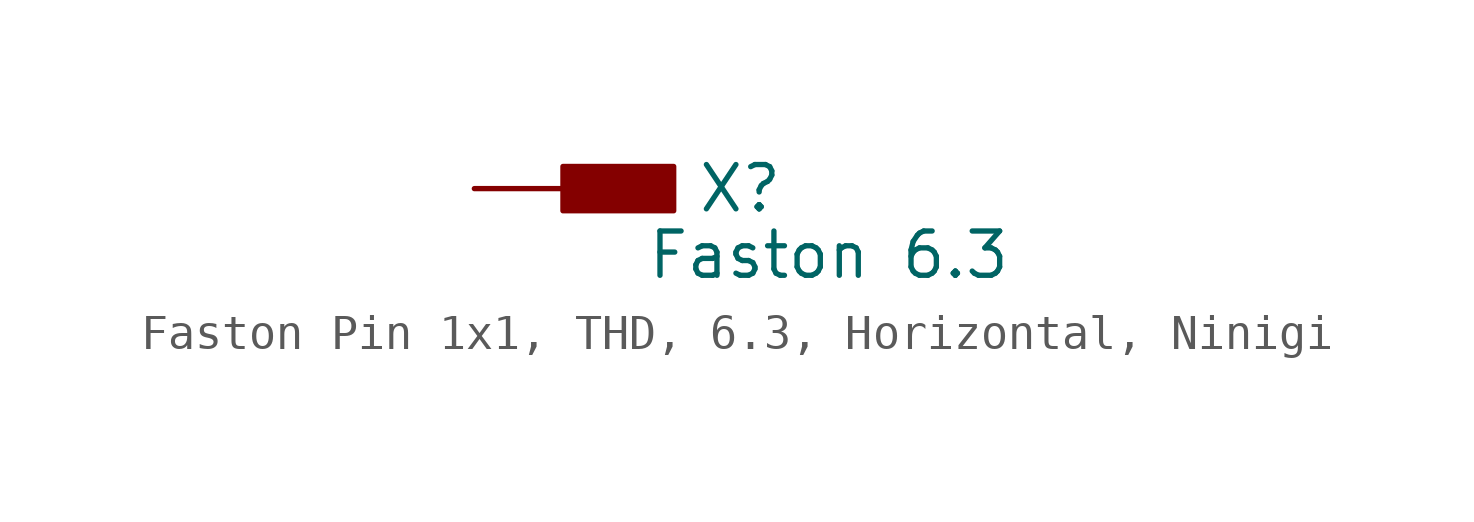
<source format=kicad_sym>
(kicad_symbol_lib
  (version 20241209)
  (generator "kicad_symbol_editor")
  (generator_version "9.0")
  (symbol "Faston Pin 1x1, THD, 6.3, Horizontal, Ninigi"
    (pin_numbers
      (hide yes))
    (pin_names
      (offset 0)
      (hide yes))
    (property "Reference" "X"
      (at 5.08 0 0)
      (effects (font (size 1.27 1.27))))
    (property "Value" "Faston 6.3"
      (at 7.62 -1.905 0)
      (effects (font (size 1.27 1.27))))
    (property "Label" ""
      (at 0 0 0)
      (effects (font (size 1.27 1.27) (thickness 0.254) (bold yes))))
    (symbol "Faston Pin 1x1, THD, 6.3, Horizontal, Ninigi_1_1"
      (rectangle (start 0 0.635) (end 3.175 -0.635) (stroke (width 0.152) (type default)) (fill (type outline)))
      (pin passive line (at -2.54 0 0) (length 2.54) (name "1" (effects (font (size 1.27 1.27)))) (number "1" (effects (font (size 1.27 1.27))))))))
</source>
